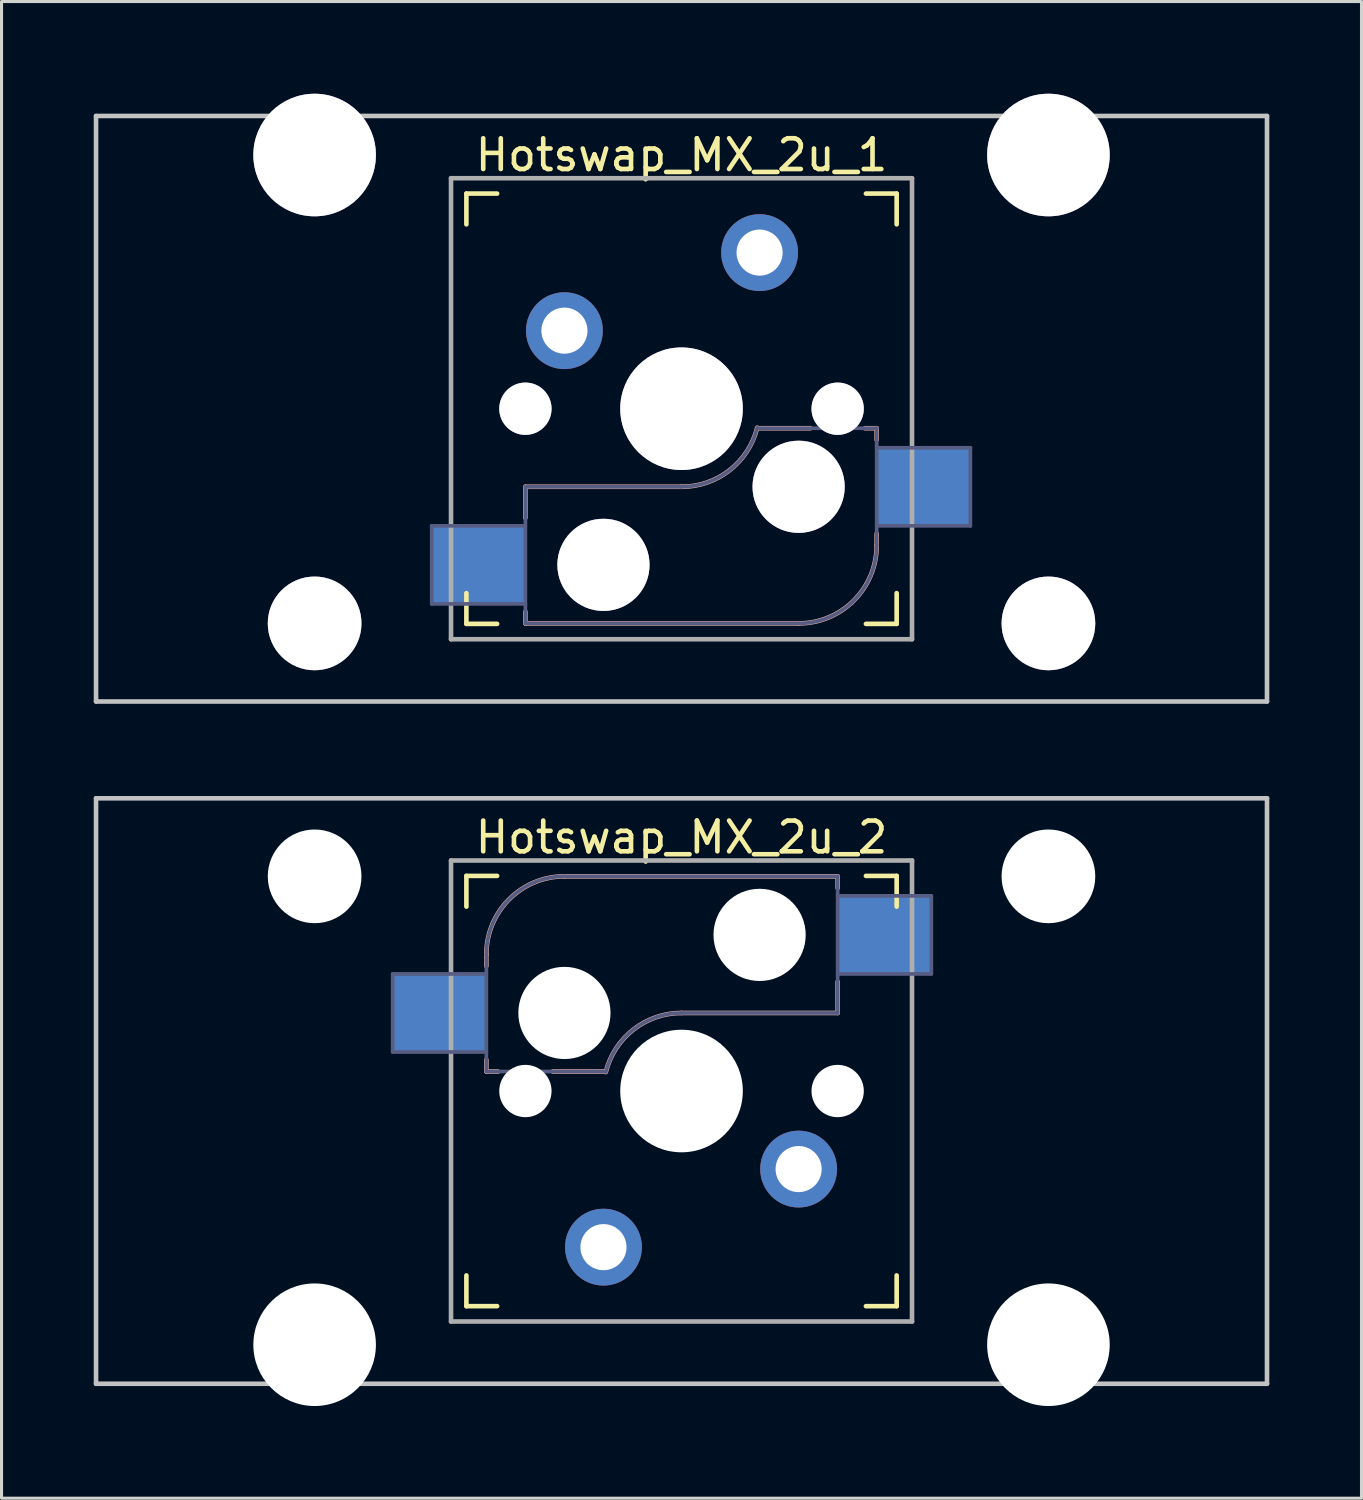
<source format=kicad_pcb>
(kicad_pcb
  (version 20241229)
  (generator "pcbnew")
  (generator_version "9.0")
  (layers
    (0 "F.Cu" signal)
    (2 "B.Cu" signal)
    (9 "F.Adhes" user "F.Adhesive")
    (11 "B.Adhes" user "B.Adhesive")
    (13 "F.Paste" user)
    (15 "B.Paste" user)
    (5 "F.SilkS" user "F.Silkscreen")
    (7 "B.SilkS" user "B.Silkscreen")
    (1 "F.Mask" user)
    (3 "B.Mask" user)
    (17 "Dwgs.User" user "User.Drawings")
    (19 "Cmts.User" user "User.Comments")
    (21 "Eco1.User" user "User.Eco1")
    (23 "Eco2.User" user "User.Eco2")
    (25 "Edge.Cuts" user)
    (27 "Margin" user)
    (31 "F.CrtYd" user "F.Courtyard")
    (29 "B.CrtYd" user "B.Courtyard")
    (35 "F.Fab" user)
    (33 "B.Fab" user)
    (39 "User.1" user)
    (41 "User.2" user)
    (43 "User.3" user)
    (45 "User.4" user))
  (footprint "Hotswap_MX_2u_1"
    (layer "F.Cu")
    (at 19.125 10.249)
    (property "Reference" "Hotswap_MX_2u_1" (at 0 -8.255 0) (layer "F.SilkS") (effects (font (size 1 1) (thickness 0.15))))
    (attr through_hole)
    (fp_line (start -7 -6) (end -7 -7) (stroke (width 0.15) (type solid)) (layer "F.SilkS"))
    (fp_line (start -7 7) (end -7 6) (stroke (width 0.15) (type solid)) (layer "F.SilkS"))
    (fp_line (start -7 7) (end -6 7) (stroke (width 0.15) (type solid)) (layer "F.SilkS"))
    (fp_line (start -6 -7) (end -7 -7) (stroke (width 0.15) (type solid)) (layer "F.SilkS"))
    (fp_line (start 6 7) (end 7 7) (stroke (width 0.15) (type solid)) (layer "F.SilkS"))
    (fp_line (start 7 -7) (end 6 -7) (stroke (width 0.15) (type solid)) (layer "F.SilkS"))
    (fp_line (start 7 -7) (end 7 -6) (stroke (width 0.15) (type solid)) (layer "F.SilkS"))
    (fp_line (start 7 6) (end 7 7) (stroke (width 0.15) (type solid)) (layer "F.SilkS"))
    (fp_line (start -5.08 2.54) (end -5.08 3.556) (stroke (width 0.15) (type solid)) (layer "B.SilkS"))
    (fp_line (start -5.08 6.604) (end -5.08 6.985) (stroke (width 0.15) (type solid)) (layer "B.SilkS"))
    (fp_line (start -5.08 6.985) (end 3.81 6.985) (stroke (width 0.15) (type solid)) (layer "B.SilkS"))
    (fp_line (start 0 2.54) (end -5.08 2.54) (stroke (width 0.15) (type solid)) (layer "B.SilkS"))
    (fp_line (start 4.191 0.635) (end 2.54 0.635) (stroke (width 0.15) (type solid)) (layer "B.SilkS"))
    (fp_line (start 6.35 0.635) (end 5.969 0.635) (stroke (width 0.15) (type solid)) (layer "B.SilkS"))
    (fp_line (start 6.35 1.016) (end 6.35 0.635) (stroke (width 0.15) (type solid)) (layer "B.SilkS"))
    (fp_line (start 6.35 4.445) (end 6.35 4.064) (stroke (width 0.15) (type solid)) (layer "B.SilkS"))
    (fp_arc (start 2.464162 0.61604) (mid 1.563147 2.002042) (end 0 2.54) (stroke (width 0.15) (type solid)) (layer "B.SilkS"))
    (fp_arc (start 6.35 4.445) (mid 5.606051 6.241051) (end 3.81 6.985) (stroke (width 0.15) (type solid)) (layer "B.SilkS"))
    (fp_line (start -19.05 -9.525) (end 19.05 -9.525) (stroke (width 0.15) (type solid)) (layer "Dwgs.User"))
    (fp_line (start -19.05 9.525) (end -19.05 -9.525) (stroke (width 0.15) (type solid)) (layer "Dwgs.User"))
    (fp_line (start 19.05 -9.525) (end 19.05 9.525) (stroke (width 0.15) (type solid)) (layer "Dwgs.User"))
    (fp_line (start 19.05 9.525) (end -19.05 9.525) (stroke (width 0.15) (type solid)) (layer "Dwgs.User"))
    (fp_line (start -13.589 -6.096) (end -13.589 5.334) (stroke (width 0.152) (type solid)) (layer "Eco2.User"))
    (fp_line (start -13.589 5.334) (end -10.287 5.334) (stroke (width 0.152) (type solid)) (layer "Eco2.User"))
    (fp_line (start -10.287 -6.096) (end -13.589 -6.096) (stroke (width 0.152) (type solid)) (layer "Eco2.User"))
    (fp_line (start -10.287 5.334) (end -10.287 -6.096) (stroke (width 0.152) (type solid)) (layer "Eco2.User"))
    (fp_line (start -6.9 6.9) (end -6.9 -6.9) (stroke (width 0.15) (type solid)) (layer "Eco2.User"))
    (fp_line (start -6.9 6.9) (end 6.9 6.9) (stroke (width 0.15) (type solid)) (layer "Eco2.User"))
    (fp_line (start 6.9 -6.9) (end -6.9 -6.9) (stroke (width 0.15) (type solid)) (layer "Eco2.User"))
    (fp_line (start 6.9 -6.9) (end 6.9 6.9) (stroke (width 0.15) (type solid)) (layer "Eco2.User"))
    (fp_line (start 10.287 -6.096) (end 10.287 5.334) (stroke (width 0.152) (type solid)) (layer "Eco2.User"))
    (fp_line (start 10.287 5.334) (end 13.589 5.334) (stroke (width 0.152) (type solid)) (layer "Eco2.User"))
    (fp_line (start 13.589 -6.096) (end 10.287 -6.096) (stroke (width 0.152) (type solid)) (layer "Eco2.User"))
    (fp_line (start 13.589 5.334) (end 13.589 -6.096) (stroke (width 0.152) (type solid)) (layer "Eco2.User"))
    (fp_line (start -8.128 3.81) (end -8.128 6.35) (stroke (width 0.12) (type solid)) (layer "B.Fab"))
    (fp_line (start -8.128 6.35) (end -5.08 6.35) (stroke (width 0.12) (type solid)) (layer "B.Fab"))
    (fp_line (start -5.08 2.54) (end -5.08 6.985) (stroke (width 0.12) (type solid)) (layer "B.Fab"))
    (fp_line (start -5.08 3.81) (end -8.128 3.81) (stroke (width 0.12) (type solid)) (layer "B.Fab"))
    (fp_line (start -5.08 6.985) (end 3.81 6.985) (stroke (width 0.12) (type solid)) (layer "B.Fab"))
    (fp_line (start 0 2.54) (end -5.08 2.54) (stroke (width 0.12) (type solid)) (layer "B.Fab"))
    (fp_line (start 6.35 0.635) (end 2.54 0.635) (stroke (width 0.12) (type solid)) (layer "B.Fab"))
    (fp_line (start 6.35 3.81) (end 9.398 3.81) (stroke (width 0.12) (type solid)) (layer "B.Fab"))
    (fp_line (start 6.35 4.445) (end 6.35 0.635) (stroke (width 0.12) (type solid)) (layer "B.Fab"))
    (fp_line (start 9.398 1.27) (end 6.35 1.27) (stroke (width 0.12) (type solid)) (layer "B.Fab"))
    (fp_line (start 9.398 3.81) (end 9.398 1.27) (stroke (width 0.12) (type solid)) (layer "B.Fab"))
    (fp_arc (start 2.464162 0.61604) (mid 1.563147 2.002042) (end 0 2.54) (stroke (width 0.12) (type solid)) (layer "B.Fab"))
    (fp_arc (start 6.35 4.445) (mid 5.606051 6.241051) (end 3.81 6.985) (stroke (width 0.12) (type solid)) (layer "B.Fab"))
    (fp_line (start -7.5 -7.5) (end 7.5 -7.5) (stroke (width 0.15) (type solid)) (layer "F.Fab"))
    (fp_line (start -7.5 7.5) (end -7.5 -7.5) (stroke (width 0.15) (type solid)) (layer "F.Fab"))
    (fp_line (start 7.5 -7.5) (end 7.5 7.5) (stroke (width 0.15) (type solid)) (layer "F.Fab"))
    (fp_line (start 7.5 7.5) (end -7.5 7.5) (stroke (width 0.15) (type solid)) (layer "F.Fab"))
    (pad "" thru_hole circle (at -11.938 -8.255 180) (size 3.988 3.988) (drill 3.988) (layers "*.Cu" "*.Mask"))
    (pad "" thru_hole circle (at -11.938 6.985 180) (size 3.048 3.048) (drill 3.048) (layers "*.Cu" "*.Mask"))
    (pad "" thru_hole circle (at -5.08 0) (size 1.702 1.702) (drill 1.702) (layers "*.Cu" "*.Mask"))
    (pad "" thru_hole circle (at -2.54 5.08) (size 3 3) (drill 3) (layers "*.Cu" "*.Mask"))
    (pad "" thru_hole circle (at 0 0) (size 3.988 3.988) (drill 3.988) (layers "*.Cu" "*.Mask"))
    (pad "" thru_hole circle (at 3.81 2.54) (size 3 3) (drill 3) (layers "*.Cu" "*.Mask"))
    (pad "" thru_hole circle (at 5.08 0) (size 1.702 1.702) (drill 1.702) (layers "*.Cu" "*.Mask"))
    (pad "" thru_hole circle (at 11.938 -8.255 180) (size 3.988 3.988) (drill 3.988) (layers "*.Cu" "*.Mask"))
    (pad "" thru_hole circle (at 11.938 6.985 180) (size 3.048 3.048) (drill 3.048) (layers "*.Cu" "*.Mask"))
    (pad "1" smd rect (at -6.604 5.08) (size 3 2.5) (layers "B.Cu"))
    (pad "1" thru_hole circle (at 2.54 -5.08) (size 2.5 2.5) (drill 1.5) (layers "*.Cu" "*.Mask"))
    (pad "2" thru_hole circle (at -3.81 -2.54) (size 2.5 2.5) (drill 1.5) (layers "*.Cu" "*.Mask"))
    (pad "2" smd rect (at 7.874 2.54) (size 3 2.5) (layers "B.Cu")))
  (footprint "Hotswap_MX_2u_2"
    (layer "F.Cu")
    (at 19.125 32.449)
    (property "Reference" "Hotswap_MX_2u_2" (at 0 -8.255 0) (layer "F.SilkS") (effects (font (size 1 1) (thickness 0.15))))
    (attr through_hole)
    (fp_line (start -7 -6) (end -7 -7) (stroke (width 0.15) (type solid)) (layer "F.SilkS"))
    (fp_line (start -7 7) (end -7 6) (stroke (width 0.15) (type solid)) (layer "F.SilkS"))
    (fp_line (start -7 7) (end -6 7) (stroke (width 0.15) (type solid)) (layer "F.SilkS"))
    (fp_line (start -6 -7) (end -7 -7) (stroke (width 0.15) (type solid)) (layer "F.SilkS"))
    (fp_line (start 6 7) (end 7 7) (stroke (width 0.15) (type solid)) (layer "F.SilkS"))
    (fp_line (start 7 -7) (end 6 -7) (stroke (width 0.15) (type solid)) (layer "F.SilkS"))
    (fp_line (start 7 -7) (end 7 -6) (stroke (width 0.15) (type solid)) (layer "F.SilkS"))
    (fp_line (start 7 6) (end 7 7) (stroke (width 0.15) (type solid)) (layer "F.SilkS"))
    (fp_line (start -6.35 -4.445) (end -6.35 -4.064) (stroke (width 0.15) (type solid)) (layer "B.SilkS"))
    (fp_line (start -6.35 -1.016) (end -6.35 -0.635) (stroke (width 0.15) (type solid)) (layer "B.SilkS"))
    (fp_line (start -6.35 -0.635) (end -5.969 -0.635) (stroke (width 0.15) (type solid)) (layer "B.SilkS"))
    (fp_line (start -4.191 -0.635) (end -2.54 -0.635) (stroke (width 0.15) (type solid)) (layer "B.SilkS"))
    (fp_line (start 0 -2.54) (end 5.08 -2.54) (stroke (width 0.15) (type solid)) (layer "B.SilkS"))
    (fp_line (start 5.08 -6.985) (end -3.81 -6.985) (stroke (width 0.15) (type solid)) (layer "B.SilkS"))
    (fp_line (start 5.08 -6.604) (end 5.08 -6.985) (stroke (width 0.15) (type solid)) (layer "B.SilkS"))
    (fp_line (start 5.08 -2.54) (end 5.08 -3.556) (stroke (width 0.15) (type solid)) (layer "B.SilkS"))
    (fp_arc (start -6.35 -4.445) (mid -5.606051 -6.241051) (end -3.81 -6.985) (stroke (width 0.15) (type solid)) (layer "B.SilkS"))
    (fp_arc (start -2.464162 -0.61604) (mid -1.563147 -2.002042) (end 0 -2.54) (stroke (width 0.15) (type solid)) (layer "B.SilkS"))
    (fp_line (start -19.05 -9.525) (end 19.05 -9.525) (stroke (width 0.15) (type solid)) (layer "Dwgs.User"))
    (fp_line (start -19.05 9.525) (end -19.05 -9.525) (stroke (width 0.15) (type solid)) (layer "Dwgs.User"))
    (fp_line (start -19.05 9.525) (end 19.05 9.525) (stroke (width 0.15) (type solid)) (layer "Dwgs.User"))
    (fp_line (start 19.05 -9.525) (end 19.05 9.525) (stroke (width 0.15) (type solid)) (layer "Dwgs.User"))
    (fp_line (start -13.589 -5.334) (end -13.589 6.096) (stroke (width 0.152) (type solid)) (layer "Eco2.User"))
    (fp_line (start -13.589 6.096) (end -10.287 6.096) (stroke (width 0.152) (type solid)) (layer "Eco2.User"))
    (fp_line (start -10.287 -5.334) (end -13.589 -5.334) (stroke (width 0.152) (type solid)) (layer "Eco2.User"))
    (fp_line (start -10.287 6.096) (end -10.287 -5.334) (stroke (width 0.152) (type solid)) (layer "Eco2.User"))
    (fp_line (start -6.9 6.9) (end -6.9 -6.9) (stroke (width 0.15) (type solid)) (layer "Eco2.User"))
    (fp_line (start -6.9 6.9) (end 6.9 6.9) (stroke (width 0.15) (type solid)) (layer "Eco2.User"))
    (fp_line (start 6.9 -6.9) (end -6.9 -6.9) (stroke (width 0.15) (type solid)) (layer "Eco2.User"))
    (fp_line (start 6.9 -6.9) (end 6.9 6.9) (stroke (width 0.15) (type solid)) (layer "Eco2.User"))
    (fp_line (start 10.287 -5.334) (end 10.287 6.096) (stroke (width 0.152) (type solid)) (layer "Eco2.User"))
    (fp_line (start 10.287 6.096) (end 13.589 6.096) (stroke (width 0.152) (type solid)) (layer "Eco2.User"))
    (fp_line (start 13.589 -5.334) (end 10.287 -5.334) (stroke (width 0.152) (type solid)) (layer "Eco2.User"))
    (fp_line (start 13.589 6.096) (end 13.589 -5.334) (stroke (width 0.152) (type solid)) (layer "Eco2.User"))
    (fp_line (start -9.398 -3.81) (end -9.398 -1.27) (stroke (width 0.12) (type solid)) (layer "B.Fab"))
    (fp_line (start -9.398 -1.27) (end -6.35 -1.27) (stroke (width 0.12) (type solid)) (layer "B.Fab"))
    (fp_line (start -6.35 -4.445) (end -6.35 -0.635) (stroke (width 0.12) (type solid)) (layer "B.Fab"))
    (fp_line (start -6.35 -3.81) (end -9.398 -3.81) (stroke (width 0.12) (type solid)) (layer "B.Fab"))
    (fp_line (start -6.35 -0.635) (end -2.54 -0.635) (stroke (width 0.12) (type solid)) (layer "B.Fab"))
    (fp_line (start 0 -2.54) (end 5.08 -2.54) (stroke (width 0.12) (type solid)) (layer "B.Fab"))
    (fp_line (start 5.08 -6.985) (end -3.81 -6.985) (stroke (width 0.12) (type solid)) (layer "B.Fab"))
    (fp_line (start 5.08 -3.81) (end 8.128 -3.81) (stroke (width 0.12) (type solid)) (layer "B.Fab"))
    (fp_line (start 5.08 -2.54) (end 5.08 -6.985) (stroke (width 0.12) (type solid)) (layer "B.Fab"))
    (fp_line (start 8.128 -6.35) (end 5.08 -6.35) (stroke (width 0.12) (type solid)) (layer "B.Fab"))
    (fp_line (start 8.128 -3.81) (end 8.128 -6.35) (stroke (width 0.12) (type solid)) (layer "B.Fab"))
    (fp_arc (start -6.35 -4.445) (mid -5.606051 -6.241051) (end -3.81 -6.985) (stroke (width 0.12) (type solid)) (layer "B.Fab"))
    (fp_arc (start -2.464162 -0.61604) (mid -1.563147 -2.002042) (end 0 -2.54) (stroke (width 0.12) (type solid)) (layer "B.Fab"))
    (fp_line (start -7.5 -7.5) (end 7.5 -7.5) (stroke (width 0.15) (type solid)) (layer "F.Fab"))
    (fp_line (start -7.5 7.5) (end -7.5 -7.5) (stroke (width 0.15) (type solid)) (layer "F.Fab"))
    (fp_line (start 7.5 -7.5) (end 7.5 7.5) (stroke (width 0.15) (type solid)) (layer "F.Fab"))
    (fp_line (start 7.5 7.5) (end -7.5 7.5) (stroke (width 0.15) (type solid)) (layer "F.Fab"))
    (pad "" np_thru_hole circle (at -11.938 -6.985) (size 3.048 3.048) (drill 3.048) (layers "*.Cu" "*.Mask"))
    (pad "" np_thru_hole circle (at -11.938 8.255) (size 3.988 3.988) (drill 3.988) (layers "*.Cu" "*.Mask"))
    (pad "" np_thru_hole circle (at -5.08 0 180) (size 1.702 1.702) (drill 1.702) (layers "*.Cu" "*.Mask"))
    (pad "" np_thru_hole circle (at -3.81 -2.54 180) (size 3 3) (drill 3) (layers "*.Cu" "*.Mask"))
    (pad "" np_thru_hole circle (at 0 0 180) (size 3.988 3.988) (drill 3.988) (layers "*.Cu" "*.Mask"))
    (pad "" np_thru_hole circle (at 2.54 -5.08 180) (size 3 3) (drill 3) (layers "*.Cu" "*.Mask"))
    (pad "" np_thru_hole circle (at 5.08 0 180) (size 1.702 1.702) (drill 1.702) (layers "*.Cu" "*.Mask"))
    (pad "" np_thru_hole circle (at 11.938 -6.985) (size 3.048 3.048) (drill 3.048) (layers "*.Cu" "*.Mask"))
    (pad "" np_thru_hole circle (at 11.938 8.255) (size 3.988 3.988) (drill 3.988) (layers "*.Cu" "*.Mask"))
    (pad "1" smd rect (at -7.874 -2.54 180) (size 3 2.5) (layers "B.Cu"))
    (pad "1" thru_hole circle (at 3.81 2.54 180) (size 2.5 2.5) (drill 1.5) (layers "*.Cu" "*.Mask"))
    (pad "2" thru_hole circle (at -2.54 5.08 180) (size 2.5 2.5) (drill 1.5) (layers "*.Cu" "*.Mask"))
    (pad "2" smd rect (at 6.604 -5.08 180) (size 3 2.5) (layers "B.Cu")))
  (gr_rect
    (start -3 -3)
    (end 41.25 45.698)
    (stroke (width 0.1) (type default))
    (fill no)
    (layer "Edge.Cuts")))
</source>
